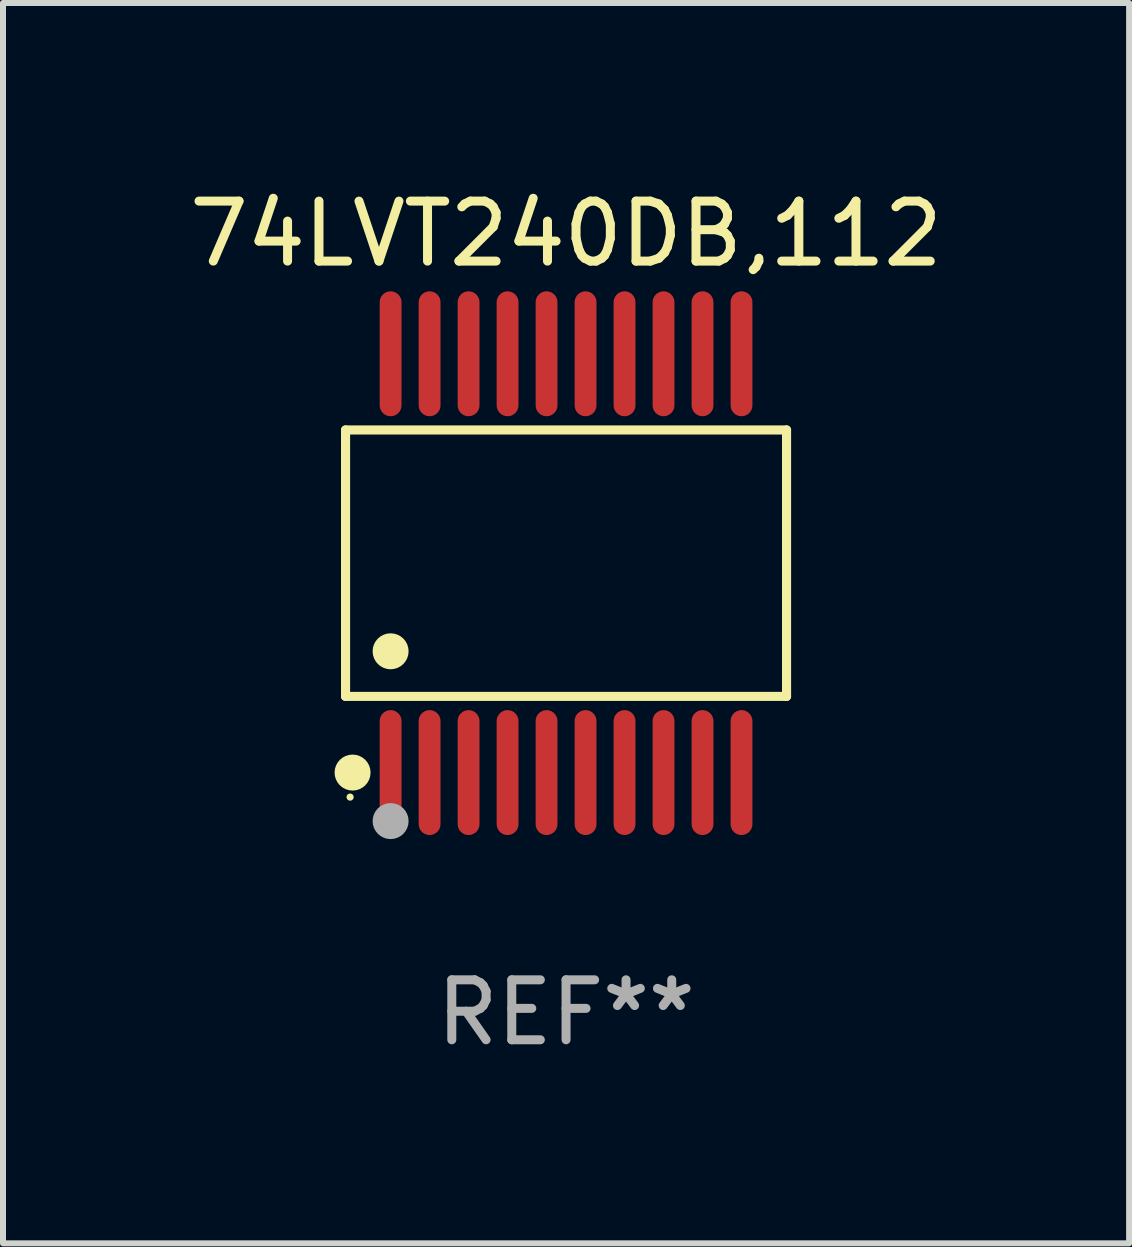
<source format=kicad_pcb>
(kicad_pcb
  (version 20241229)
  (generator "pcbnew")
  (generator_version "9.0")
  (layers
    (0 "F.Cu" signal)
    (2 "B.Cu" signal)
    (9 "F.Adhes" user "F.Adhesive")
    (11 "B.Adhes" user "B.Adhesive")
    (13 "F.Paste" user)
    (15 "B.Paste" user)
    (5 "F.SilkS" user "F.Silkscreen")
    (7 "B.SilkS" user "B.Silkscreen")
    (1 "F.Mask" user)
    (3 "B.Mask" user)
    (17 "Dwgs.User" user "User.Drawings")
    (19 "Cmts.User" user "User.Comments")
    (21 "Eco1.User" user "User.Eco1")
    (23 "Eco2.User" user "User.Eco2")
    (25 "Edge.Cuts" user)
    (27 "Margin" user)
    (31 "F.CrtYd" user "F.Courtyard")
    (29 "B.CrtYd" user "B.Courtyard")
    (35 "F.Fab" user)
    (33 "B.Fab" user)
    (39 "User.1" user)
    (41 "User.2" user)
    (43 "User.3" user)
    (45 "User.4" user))
  (footprint "74LVT240DB,112"
    (layer "F.Cu")
    (at 6.387 6.339)
    (property "Reference" "74LVT240DB,112" (at 0 -5.491 0) (layer "F.SilkS") (effects (font (size 1 1) (thickness 0.15))))
    (attr through_hole)
    (fp_line (start -3.676 -2.221) (end 3.676 -2.221) (stroke (width 0.152) (type solid)) (layer "F.SilkS"))
    (fp_line (start -3.676 2.221) (end -3.676 -2.221) (stroke (width 0.152) (type solid)) (layer "F.SilkS"))
    (fp_line (start 3.676 -2.221) (end 3.676 2.221) (stroke (width 0.152) (type solid)) (layer "F.SilkS"))
    (fp_line (start 3.676 2.221) (end -3.676 2.221) (stroke (width 0.152) (type solid)) (layer "F.SilkS"))
    (fp_circle (center -3.6 3.9) (end -3.57 3.9) (stroke (width 0.06) (type solid)) (fill no) (layer "F.SilkS"))
    (fp_circle (center -3.559 3.491) (end -3.409 3.491) (stroke (width 0.3) (type solid)) (fill no) (layer "F.SilkS"))
    (fp_circle (center -2.925 1.469) (end -2.775 1.469) (stroke (width 0.3) (type solid)) (fill no) (layer "F.SilkS"))
    (fp_circle (center -2.925 4.3) (end -2.775 4.3) (stroke (width 0.3) (type solid)) (fill no) (layer "F.Fab"))
    (fp_text user "REF**" (at 0 7.491 0) (layer "F.Fab") (effects (font (size 1 1) (thickness 0.15))))
    (pad "1" smd oval (at -2.925 3.491) (size 0.364 2.082) (layers "F.Cu" "F.Mask" "F.Paste"))
    (pad "2" smd oval (at -2.275 3.491) (size 0.364 2.082) (layers "F.Cu" "F.Mask" "F.Paste"))
    (pad "3" smd oval (at -1.625 3.491) (size 0.364 2.082) (layers "F.Cu" "F.Mask" "F.Paste"))
    (pad "4" smd oval (at -0.975 3.491) (size 0.364 2.082) (layers "F.Cu" "F.Mask" "F.Paste"))
    (pad "5" smd oval (at -0.325 3.491) (size 0.364 2.082) (layers "F.Cu" "F.Mask" "F.Paste"))
    (pad "6" smd oval (at 0.325 3.491) (size 0.364 2.082) (layers "F.Cu" "F.Mask" "F.Paste"))
    (pad "7" smd oval (at 0.975 3.491) (size 0.364 2.082) (layers "F.Cu" "F.Mask" "F.Paste"))
    (pad "8" smd oval (at 1.625 3.491) (size 0.364 2.082) (layers "F.Cu" "F.Mask" "F.Paste"))
    (pad "9" smd oval (at 2.275 3.491) (size 0.364 2.082) (layers "F.Cu" "F.Mask" "F.Paste"))
    (pad "10" smd oval (at 2.925 3.491) (size 0.364 2.082) (layers "F.Cu" "F.Mask" "F.Paste"))
    (pad "11" smd oval (at 2.925 -3.491) (size 0.364 2.082) (layers "F.Cu" "F.Mask" "F.Paste"))
    (pad "12" smd oval (at 2.275 -3.491) (size 0.364 2.082) (layers "F.Cu" "F.Mask" "F.Paste"))
    (pad "13" smd oval (at 1.625 -3.491) (size 0.364 2.082) (layers "F.Cu" "F.Mask" "F.Paste"))
    (pad "14" smd oval (at 0.975 -3.491) (size 0.364 2.082) (layers "F.Cu" "F.Mask" "F.Paste"))
    (pad "15" smd oval (at 0.325 -3.491) (size 0.364 2.082) (layers "F.Cu" "F.Mask" "F.Paste"))
    (pad "16" smd oval (at -0.325 -3.491) (size 0.364 2.082) (layers "F.Cu" "F.Mask" "F.Paste"))
    (pad "17" smd oval (at -0.975 -3.491) (size 0.364 2.082) (layers "F.Cu" "F.Mask" "F.Paste"))
    (pad "18" smd oval (at -1.625 -3.491) (size 0.364 2.082) (layers "F.Cu" "F.Mask" "F.Paste"))
    (pad "19" smd oval (at -2.275 -3.491) (size 0.364 2.082) (layers "F.Cu" "F.Mask" "F.Paste"))
    (pad "20" smd oval (at -2.925 -3.491) (size 0.364 2.082) (layers "F.Cu" "F.Mask" "F.Paste")))
  (gr_rect
    (start -3 -3)
    (end 15.774 17.678)
    (stroke (width 0.1) (type default))
    (fill no)
    (layer "Edge.Cuts")))
</source>
